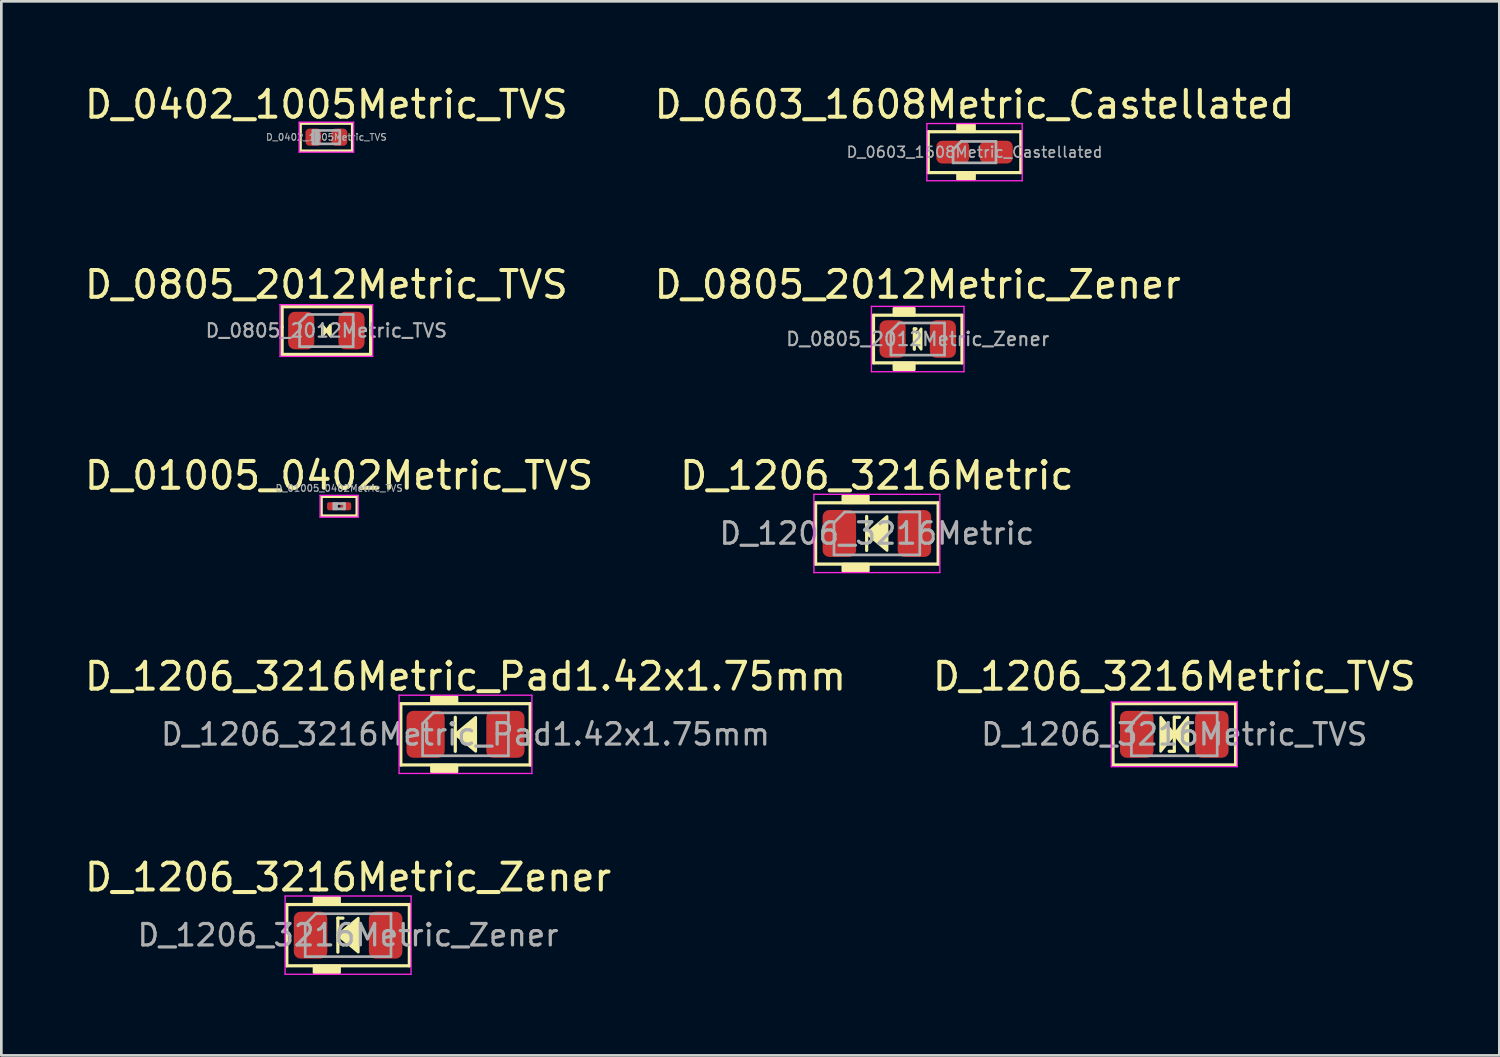
<source format=kicad_pcb>
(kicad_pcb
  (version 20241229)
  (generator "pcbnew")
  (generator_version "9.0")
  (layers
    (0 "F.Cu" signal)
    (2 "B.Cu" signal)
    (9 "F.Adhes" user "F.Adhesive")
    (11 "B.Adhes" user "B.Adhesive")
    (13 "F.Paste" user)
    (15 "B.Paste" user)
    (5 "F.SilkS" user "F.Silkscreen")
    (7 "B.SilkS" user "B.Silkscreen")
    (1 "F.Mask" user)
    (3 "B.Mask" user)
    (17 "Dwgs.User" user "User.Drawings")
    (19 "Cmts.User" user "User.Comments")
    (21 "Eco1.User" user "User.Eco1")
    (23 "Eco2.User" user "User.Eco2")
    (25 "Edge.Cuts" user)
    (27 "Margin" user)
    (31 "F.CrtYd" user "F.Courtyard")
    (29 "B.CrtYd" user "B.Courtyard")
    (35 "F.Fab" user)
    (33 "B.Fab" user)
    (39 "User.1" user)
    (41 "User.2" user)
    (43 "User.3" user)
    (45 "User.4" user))
  (footprint "D_0805_2012Metric_TVS"
    (layer "F.Cu")
    (at 9.125 9.281)
    (property "Reference" "D_0805_2012Metric_TVS" (at 0 -1.714 0) (layer "F.SilkS") (effects (font (size 1 1) (thickness 0.15))))
    (attr smd)
    (fp_line (start -1.651 -0.889) (end 1.651 -0.889) (stroke (width 0.12) (type solid)) (layer "F.SilkS"))
    (fp_line (start -1.651 -0.127) (end -1.651 -0.889) (stroke (width 0.12) (type solid)) (layer "F.SilkS"))
    (fp_line (start -1.651 0.889) (end -1.651 -0.127) (stroke (width 0.12) (type solid)) (layer "F.SilkS"))
    (fp_line (start 1.651 -0.889) (end 1.651 0.889) (stroke (width 0.12) (type solid)) (layer "F.SilkS"))
    (fp_line (start 1.651 0.889) (end -1.651 0.889) (stroke (width 0.12) (type solid)) (layer "F.SilkS"))
    (fp_poly (pts (xy 0 0) (xy -0.152 0.203) (xy -0.152 -0.203)) (stroke (width 0.1) (type solid)) (fill yes) (layer "F.SilkS"))
    (fp_poly (pts (xy 0 0) (xy 0.152 -0.203) (xy 0.152 0.203)) (stroke (width 0.1) (type solid)) (fill yes) (layer "F.SilkS"))
    (fp_line (start -1.727 -0.965) (end 1.727 -0.965) (stroke (width 0.05) (type solid)) (layer "F.CrtYd"))
    (fp_line (start -1.727 0.965) (end -1.727 -0.965) (stroke (width 0.05) (type solid)) (layer "F.CrtYd"))
    (fp_line (start 1.727 -0.965) (end 1.727 0.965) (stroke (width 0.05) (type solid)) (layer "F.CrtYd"))
    (fp_line (start 1.727 0.965) (end -1.727 0.965) (stroke (width 0.05) (type solid)) (layer "F.CrtYd"))
    (fp_line (start -1 -0.3) (end -1 0.6) (stroke (width 0.1) (type solid)) (layer "F.Fab"))
    (fp_line (start -1 0.6) (end 1 0.6) (stroke (width 0.1) (type solid)) (layer "F.Fab"))
    (fp_line (start -0.7 -0.6) (end -1 -0.3) (stroke (width 0.1) (type solid)) (layer "F.Fab"))
    (fp_line (start 1 -0.6) (end -0.7 -0.6) (stroke (width 0.1) (type solid)) (layer "F.Fab"))
    (fp_line (start 1 0.6) (end 1 -0.6) (stroke (width 0.1) (type solid)) (layer "F.Fab"))
    (fp_text user "${REFERENCE}" (at 0 0 0) (layer "F.Fab") (effects (font (size 0.5 0.5) (thickness 0.08))))
    (pad "1" smd roundrect (at -0.938 0) (size 0.975 1.4) (layers "F.Cu" "F.Mask" "F.Paste") (roundrect_rratio 0.25))
    (pad "2" smd roundrect (at 0.938 0) (size 0.975 1.4) (layers "F.Cu" "F.Mask" "F.Paste") (roundrect_rratio 0.25)))
  (footprint "D_0402_1005Metric_TVS"
    (layer "F.Cu")
    (at 9.125 2.067)
    (property "Reference" "D_0402_1005Metric_TVS" (at 0 -1.219 0) (layer "F.SilkS") (effects (font (size 1 1) (thickness 0.15))))
    (attr smd)
    (fp_line (start -0.965 -0.508) (end -0.965 0.508) (stroke (width 0.1) (type solid)) (layer "F.SilkS"))
    (fp_line (start -0.965 0.508) (end 0.965 0.508) (stroke (width 0.1) (type solid)) (layer "F.SilkS"))
    (fp_line (start 0.965 -0.508) (end -0.965 -0.508) (stroke (width 0.1) (type solid)) (layer "F.SilkS"))
    (fp_line (start 0.965 0.508) (end 0.965 -0.508) (stroke (width 0.1) (type solid)) (layer "F.SilkS"))
    (fp_line (start -1.016 -0.559) (end 1.016 -0.559) (stroke (width 0.05) (type solid)) (layer "F.CrtYd"))
    (fp_line (start -1.016 0.559) (end -1.016 -0.559) (stroke (width 0.05) (type solid)) (layer "F.CrtYd"))
    (fp_line (start 1.016 -0.559) (end 1.016 0.559) (stroke (width 0.05) (type solid)) (layer "F.CrtYd"))
    (fp_line (start 1.016 0.559) (end -1.016 0.559) (stroke (width 0.05) (type solid)) (layer "F.CrtYd"))
    (fp_line (start -0.5 -0.25) (end 0.5 -0.25) (stroke (width 0.1) (type solid)) (layer "F.Fab"))
    (fp_line (start -0.5 0.25) (end -0.5 -0.25) (stroke (width 0.1) (type solid)) (layer "F.Fab"))
    (fp_line (start -0.4 0.25) (end -0.4 -0.25) (stroke (width 0.1) (type solid)) (layer "F.Fab"))
    (fp_line (start -0.3 0.25) (end -0.3 -0.25) (stroke (width 0.1) (type solid)) (layer "F.Fab"))
    (fp_line (start 0.5 -0.25) (end 0.5 0.25) (stroke (width 0.1) (type solid)) (layer "F.Fab"))
    (fp_line (start 0.5 0.25) (end -0.5 0.25) (stroke (width 0.1) (type solid)) (layer "F.Fab"))
    (fp_text user "${REFERENCE}" (at 0 0 0) (layer "F.Fab") (effects (font (size 0.25 0.25) (thickness 0.04))))
    (pad "1" smd roundrect (at -0.485 0) (size 0.59 0.64) (layers "F.Cu" "F.Mask" "F.Paste") (roundrect_rratio 0.25))
    (pad "2" smd roundrect (at 0.485 0) (size 0.59 0.64) (layers "F.Cu" "F.Mask" "F.Paste") (roundrect_rratio 0.25)))
  (footprint "D_01005_0402Metric_TVS"
    (layer "F.Cu")
    (at 9.601 15.834)
    (property "Reference" "D_01005_0402Metric_TVS" (at 0 -1.143 0) (layer "F.SilkS") (effects (font (size 1 1) (thickness 0.15))))
    (attr smd)
    (fp_line (start -0.66 -0.356) (end 0.66 -0.356) (stroke (width 0.1) (type solid)) (layer "F.SilkS"))
    (fp_line (start -0.66 0.356) (end -0.66 -0.356) (stroke (width 0.1) (type solid)) (layer "F.SilkS"))
    (fp_line (start 0.66 -0.356) (end 0.66 0.356) (stroke (width 0.1) (type solid)) (layer "F.SilkS"))
    (fp_line (start 0.66 0.356) (end -0.66 0.356) (stroke (width 0.1) (type solid)) (layer "F.SilkS"))
    (fp_line (start -0.711 -0.406) (end 0.711 -0.406) (stroke (width 0.05) (type solid)) (layer "F.CrtYd"))
    (fp_line (start -0.711 0.406) (end -0.711 -0.406) (stroke (width 0.05) (type solid)) (layer "F.CrtYd"))
    (fp_line (start 0.711 -0.406) (end 0.711 0.406) (stroke (width 0.05) (type solid)) (layer "F.CrtYd"))
    (fp_line (start 0.711 0.406) (end -0.711 0.406) (stroke (width 0.05) (type solid)) (layer "F.CrtYd"))
    (fp_line (start -0.2 -0.1) (end 0.2 -0.1) (stroke (width 0.1) (type solid)) (layer "F.Fab"))
    (fp_line (start -0.2 0.1) (end -0.2 -0.1) (stroke (width 0.1) (type solid)) (layer "F.Fab"))
    (fp_line (start -0.1 0.1) (end -0.1 -0.1) (stroke (width 0.1) (type solid)) (layer "F.Fab"))
    (fp_line (start 0.2 -0.1) (end 0.2 0.1) (stroke (width 0.1) (type solid)) (layer "F.Fab"))
    (fp_line (start 0.2 0.1) (end -0.2 0.1) (stroke (width 0.1) (type solid)) (layer "F.Fab"))
    (fp_text user "${REFERENCE}" (at 0 -0.671 0) (layer "F.Fab") (effects (font (size 0.25 0.25) (thickness 0.04))))
    (pad "" smd roundrect (at -0.275 0) (size 0.27 0.27) (layers "F.Paste") (roundrect_rratio 0.25))
    (pad "" smd roundrect (at 0.275 0) (size 0.27 0.27) (layers "F.Paste") (roundrect_rratio 0.25))
    (pad "1" smd roundrect (at -0.25 0) (size 0.4 0.3) (layers "F.Cu" "F.Mask") (roundrect_rratio 0.25))
    (pad "2" smd roundrect (at 0.25 0) (size 0.4 0.3) (layers "F.Cu" "F.Mask") (roundrect_rratio 0.25)))
  (footprint "D_0805_2012Metric_Zener"
    (layer "F.Cu")
    (at 31.185 9.598)
    (property "Reference" "D_0805_2012Metric_Zener" (at 0 -2.032 0) (layer "F.SilkS") (effects (font (size 1 1) (thickness 0.15))))
    (attr smd)
    (fp_line (start -1.651 -0.889) (end 1.651 -0.889) (stroke (width 0.12) (type solid)) (layer "F.SilkS"))
    (fp_line (start -1.651 -0.127) (end -1.651 -0.889) (stroke (width 0.12) (type solid)) (layer "F.SilkS"))
    (fp_line (start -1.651 0.889) (end -1.651 -0.127) (stroke (width 0.12) (type solid)) (layer "F.SilkS"))
    (fp_line (start -0.127 -0.381) (end -0.127 0.381) (stroke (width 0.12) (type solid)) (layer "F.SilkS"))
    (fp_line (start -0.127 -0.381) (end -0.064 -0.381) (stroke (width 0.12) (type solid)) (layer "F.SilkS"))
    (fp_line (start 1.651 -0.889) (end 1.651 0.889) (stroke (width 0.12) (type solid)) (layer "F.SilkS"))
    (fp_line (start 1.651 0.889) (end -1.651 0.889) (stroke (width 0.12) (type solid)) (layer "F.SilkS"))
    (fp_poly (pts (xy 0.127 0.381) (xy -0.127 0) (xy 0.127 -0.381)) (stroke (width 0.1) (type solid)) (fill yes) (layer "F.SilkS"))
    (fp_poly (pts (xy -0.127 -0.889) (xy -0.889 -0.889) (xy -0.889 -1.143) (xy -0.127 -1.143)) (stroke (width 0.1) (type solid)) (fill yes) (layer "F.SilkS"))
    (fp_poly (pts (xy -0.127 1.143) (xy -0.889 1.143) (xy -0.889 0.889) (xy -0.127 0.889)) (stroke (width 0.1) (type solid)) (fill yes) (layer "F.SilkS"))
    (fp_line (start -1.727 -1.219) (end 1.727 -1.219) (stroke (width 0.05) (type solid)) (layer "F.CrtYd"))
    (fp_line (start -1.727 1.219) (end -1.727 -1.219) (stroke (width 0.05) (type solid)) (layer "F.CrtYd"))
    (fp_line (start 1.727 -1.219) (end 1.727 1.219) (stroke (width 0.05) (type solid)) (layer "F.CrtYd"))
    (fp_line (start 1.727 1.219) (end -1.727 1.219) (stroke (width 0.05) (type solid)) (layer "F.CrtYd"))
    (fp_line (start -1 -0.3) (end -1 0.6) (stroke (width 0.1) (type solid)) (layer "F.Fab"))
    (fp_line (start -1 0.6) (end 1 0.6) (stroke (width 0.1) (type solid)) (layer "F.Fab"))
    (fp_line (start -0.7 -0.6) (end -1 -0.3) (stroke (width 0.1) (type solid)) (layer "F.Fab"))
    (fp_line (start 1 -0.6) (end -0.7 -0.6) (stroke (width 0.1) (type solid)) (layer "F.Fab"))
    (fp_line (start 1 0.6) (end 1 -0.6) (stroke (width 0.1) (type solid)) (layer "F.Fab"))
    (fp_text user "${REFERENCE}" (at 0 0 0) (layer "F.Fab") (effects (font (size 0.5 0.5) (thickness 0.08))))
    (pad "1" smd roundrect (at -0.938 0) (size 0.975 1.4) (layers "F.Cu" "F.Mask" "F.Paste") (roundrect_rratio 0.25))
    (pad "2" smd roundrect (at 0.938 0) (size 0.975 1.4) (layers "F.Cu" "F.Mask" "F.Paste") (roundrect_rratio 0.25)))
  (footprint "D_1206_3216Metric_Pad1.42x1.75mm"
    (layer "F.Cu")
    (at 14.315 24.343)
    (property "Reference" "D_1206_3216Metric_Pad1.42x1.75mm" (at 0 -2.159 0) (layer "F.SilkS") (effects (font (size 1 1) (thickness 0.15))))
    (attr smd)
    (fp_line (start -2.413 -1.143) (end -2.413 1.143) (stroke (width 0.12) (type solid)) (layer "F.SilkS"))
    (fp_line (start -2.413 1.143) (end 2.413 1.143) (stroke (width 0.12) (type solid)) (layer "F.SilkS"))
    (fp_line (start -0.381 -0.635) (end -0.381 0.635) (stroke (width 0.12) (type solid)) (layer "F.SilkS"))
    (fp_line (start 2.413 -1.143) (end -2.413 -1.143) (stroke (width 0.12) (type solid)) (layer "F.SilkS"))
    (fp_line (start 2.413 1.143) (end 2.413 -1.143) (stroke (width 0.12) (type solid)) (layer "F.SilkS"))
    (fp_poly (pts (xy 0.381 0.635) (xy -0.381 0) (xy 0.381 -0.635)) (stroke (width 0.1) (type solid)) (fill yes) (layer "F.SilkS"))
    (fp_poly (pts (xy -0.318 -1.143) (xy -1.27 -1.143) (xy -1.27 -1.397) (xy -0.318 -1.397)) (stroke (width 0.1) (type solid)) (fill yes) (layer "F.SilkS"))
    (fp_poly (pts (xy -0.318 1.397) (xy -1.27 1.397) (xy -1.27 1.143) (xy -0.318 1.143)) (stroke (width 0.1) (type solid)) (fill yes) (layer "F.SilkS"))
    (fp_line (start -2.477 -1.46) (end 2.477 -1.46) (stroke (width 0.05) (type solid)) (layer "F.CrtYd"))
    (fp_line (start -2.477 1.46) (end -2.477 -1.46) (stroke (width 0.05) (type solid)) (layer "F.CrtYd"))
    (fp_line (start 2.477 -1.46) (end 2.477 1.46) (stroke (width 0.05) (type solid)) (layer "F.CrtYd"))
    (fp_line (start 2.477 1.46) (end -2.477 1.46) (stroke (width 0.05) (type solid)) (layer "F.CrtYd"))
    (fp_line (start -1.6 -0.4) (end -1.6 0.8) (stroke (width 0.1) (type solid)) (layer "F.Fab"))
    (fp_line (start -1.6 0.8) (end 1.6 0.8) (stroke (width 0.1) (type solid)) (layer "F.Fab"))
    (fp_line (start -1.2 -0.8) (end -1.6 -0.4) (stroke (width 0.1) (type solid)) (layer "F.Fab"))
    (fp_line (start 1.6 -0.8) (end -1.2 -0.8) (stroke (width 0.1) (type solid)) (layer "F.Fab"))
    (fp_line (start 1.6 0.8) (end 1.6 -0.8) (stroke (width 0.1) (type solid)) (layer "F.Fab"))
    (fp_text user "${REFERENCE}" (at 0 0 0) (layer "F.Fab") (effects (font (size 0.8 0.8) (thickness 0.12))))
    (pad "1" smd roundrect (at -1.488 0) (size 1.425 1.75) (layers "F.Cu" "F.Mask" "F.Paste") (roundrect_rratio 0.175))
    (pad "2" smd roundrect (at 1.488 0) (size 1.425 1.75) (layers "F.Cu" "F.Mask" "F.Paste") (roundrect_rratio 0.175)))
  (footprint "D_0603_1608Metric_Castellated"
    (layer "F.Cu")
    (at 33.304 2.626)
    (property "Reference" "D_0603_1608Metric_Castellated" (at 0 -1.778 0) (layer "F.SilkS") (effects (font (size 1 1) (thickness 0.15))))
    (attr smd)
    (fp_line (start -1.727 -0.762) (end -1.727 0.762) (stroke (width 0.12) (type solid)) (layer "F.SilkS"))
    (fp_line (start -1.727 0.762) (end 1.727 0.762) (stroke (width 0.12) (type solid)) (layer "F.SilkS"))
    (fp_line (start 1.727 -0.762) (end -1.727 -0.762) (stroke (width 0.12) (type solid)) (layer "F.SilkS"))
    (fp_line (start 1.727 0.762) (end 1.727 -0.762) (stroke (width 0.12) (type solid)) (layer "F.SilkS"))
    (fp_poly (pts (xy 0 -0.762) (xy -0.635 -0.762) (xy -0.635 -1.016) (xy 0 -1.016)) (stroke (width 0.1) (type solid)) (fill yes) (layer "F.SilkS"))
    (fp_poly (pts (xy 0 1.016) (xy -0.635 1.016) (xy -0.635 0.762) (xy 0 0.762)) (stroke (width 0.1) (type solid)) (fill yes) (layer "F.SilkS"))
    (fp_line (start -1.778 -1.067) (end 1.778 -1.067) (stroke (width 0.05) (type solid)) (layer "F.CrtYd"))
    (fp_line (start -1.778 1.067) (end -1.778 -1.067) (stroke (width 0.05) (type solid)) (layer "F.CrtYd"))
    (fp_line (start 1.778 -1.067) (end 1.778 1.067) (stroke (width 0.05) (type solid)) (layer "F.CrtYd"))
    (fp_line (start 1.778 1.067) (end -1.778 1.067) (stroke (width 0.05) (type solid)) (layer "F.CrtYd"))
    (fp_line (start -0.8 -0.1) (end -0.8 0.4) (stroke (width 0.1) (type solid)) (layer "F.Fab"))
    (fp_line (start -0.8 0.4) (end 0.8 0.4) (stroke (width 0.1) (type solid)) (layer "F.Fab"))
    (fp_line (start -0.5 -0.4) (end -0.8 -0.1) (stroke (width 0.1) (type solid)) (layer "F.Fab"))
    (fp_line (start 0.8 -0.4) (end -0.5 -0.4) (stroke (width 0.1) (type solid)) (layer "F.Fab"))
    (fp_line (start 0.8 0.4) (end 0.8 -0.4) (stroke (width 0.1) (type solid)) (layer "F.Fab"))
    (fp_text user "${REFERENCE}" (at 0 0 0) (layer "F.Fab") (effects (font (size 0.4 0.4) (thickness 0.06))))
    (pad "1" smd roundrect (at -0.812 0) (size 1.225 0.85) (layers "F.Cu" "F.Mask" "F.Paste") (roundrect_rratio 0.25))
    (pad "2" smd roundrect (at 0.812 0) (size 1.225 0.85) (layers "F.Cu" "F.Mask" "F.Paste") (roundrect_rratio 0.25)))
  (footprint "D_1206_3216Metric"
    (layer "F.Cu")
    (at 29.661 16.85)
    (property "Reference" "D_1206_3216Metric" (at 0 -2.159 0) (layer "F.SilkS") (effects (font (size 1 1) (thickness 0.15))))
    (attr smd)
    (fp_line (start -2.286 -1.143) (end -2.286 1.143) (stroke (width 0.12) (type solid)) (layer "F.SilkS"))
    (fp_line (start -2.286 1.143) (end 2.286 1.143) (stroke (width 0.12) (type solid)) (layer "F.SilkS"))
    (fp_line (start -0.381 -0.635) (end -0.381 0.635) (stroke (width 0.12) (type solid)) (layer "F.SilkS"))
    (fp_line (start 2.286 -1.143) (end -2.286 -1.143) (stroke (width 0.12) (type solid)) (layer "F.SilkS"))
    (fp_line (start 2.286 1.143) (end 2.286 -1.143) (stroke (width 0.12) (type solid)) (layer "F.SilkS"))
    (fp_poly (pts (xy 0.381 0.635) (xy -0.381 0) (xy 0.381 -0.635)) (stroke (width 0.1) (type solid)) (fill yes) (layer "F.SilkS"))
    (fp_poly (pts (xy -0.318 -1.143) (xy -1.27 -1.143) (xy -1.27 -1.397) (xy -0.318 -1.397)) (stroke (width 0.1) (type solid)) (fill yes) (layer "F.SilkS"))
    (fp_poly (pts (xy -0.318 1.397) (xy -1.27 1.397) (xy -1.27 1.143) (xy -0.318 1.143)) (stroke (width 0.1) (type solid)) (fill yes) (layer "F.SilkS"))
    (fp_line (start -2.349 -1.46) (end 2.349 -1.46) (stroke (width 0.05) (type solid)) (layer "F.CrtYd"))
    (fp_line (start -2.349 1.46) (end -2.349 -1.46) (stroke (width 0.05) (type solid)) (layer "F.CrtYd"))
    (fp_line (start 2.349 -1.46) (end 2.349 1.46) (stroke (width 0.05) (type solid)) (layer "F.CrtYd"))
    (fp_line (start 2.349 1.46) (end -2.349 1.46) (stroke (width 0.05) (type solid)) (layer "F.CrtYd"))
    (fp_line (start -1.6 -0.4) (end -1.6 0.8) (stroke (width 0.1) (type solid)) (layer "F.Fab"))
    (fp_line (start -1.6 0.8) (end 1.6 0.8) (stroke (width 0.1) (type solid)) (layer "F.Fab"))
    (fp_line (start -1.2 -0.8) (end -1.6 -0.4) (stroke (width 0.1) (type solid)) (layer "F.Fab"))
    (fp_line (start 1.6 -0.8) (end -1.2 -0.8) (stroke (width 0.1) (type solid)) (layer "F.Fab"))
    (fp_line (start 1.6 0.8) (end 1.6 -0.8) (stroke (width 0.1) (type solid)) (layer "F.Fab"))
    (fp_text user "${REFERENCE}" (at 0 0 0) (layer "F.Fab") (effects (font (size 0.8 0.8) (thickness 0.12))))
    (pad "1" smd roundrect (at -1.4 0) (size 1.25 1.75) (layers "F.Cu" "F.Mask" "F.Paste") (roundrect_rratio 0.2))
    (pad "2" smd roundrect (at 1.4 0) (size 1.25 1.75) (layers "F.Cu" "F.Mask" "F.Paste") (roundrect_rratio 0.2)))
  (footprint "D_1206_3216Metric_TVS"
    (layer "F.Cu")
    (at 40.756 24.343)
    (property "Reference" "D_1206_3216Metric_TVS" (at 0 -2.159 0) (layer "F.SilkS") (effects (font (size 1 1) (thickness 0.15))))
    (attr smd)
    (fp_line (start -2.286 -1.143) (end -2.286 1.143) (stroke (width 0.12) (type solid)) (layer "F.SilkS"))
    (fp_line (start -2.286 1.143) (end 2.286 1.143) (stroke (width 0.12) (type solid)) (layer "F.SilkS"))
    (fp_line (start -0.191 0.635) (end 0 0.635) (stroke (width 0.12) (type solid)) (layer "F.SilkS"))
    (fp_line (start 0 -0.635) (end 0 0.635) (stroke (width 0.12) (type solid)) (layer "F.SilkS"))
    (fp_line (start 0 -0.635) (end 0.191 -0.635) (stroke (width 0.12) (type solid)) (layer "F.SilkS"))
    (fp_line (start 2.286 -1.143) (end -2.286 -1.143) (stroke (width 0.12) (type solid)) (layer "F.SilkS"))
    (fp_line (start 2.286 1.143) (end 2.286 -1.143) (stroke (width 0.12) (type solid)) (layer "F.SilkS"))
    (fp_poly (pts (xy 0 0) (xy -0.508 0.635) (xy -0.508 -0.635)) (stroke (width 0.1) (type solid)) (fill yes) (layer "F.SilkS"))
    (fp_poly (pts (xy 0 0) (xy 0.508 -0.635) (xy 0.508 0.635)) (stroke (width 0.1) (type solid)) (fill yes) (layer "F.SilkS"))
    (fp_line (start -2.349 -1.206) (end 2.349 -1.206) (stroke (width 0.05) (type solid)) (layer "F.CrtYd"))
    (fp_line (start -2.349 1.206) (end -2.349 -1.206) (stroke (width 0.05) (type solid)) (layer "F.CrtYd"))
    (fp_line (start 2.349 -1.206) (end 2.349 1.206) (stroke (width 0.05) (type solid)) (layer "F.CrtYd"))
    (fp_line (start 2.349 1.206) (end -2.349 1.206) (stroke (width 0.05) (type solid)) (layer "F.CrtYd"))
    (fp_line (start -1.6 -0.4) (end -1.6 0.8) (stroke (width 0.1) (type solid)) (layer "F.Fab"))
    (fp_line (start -1.6 0.8) (end 1.6 0.8) (stroke (width 0.1) (type solid)) (layer "F.Fab"))
    (fp_line (start -1.2 -0.8) (end -1.6 -0.4) (stroke (width 0.1) (type solid)) (layer "F.Fab"))
    (fp_line (start 1.6 -0.8) (end -1.2 -0.8) (stroke (width 0.1) (type solid)) (layer "F.Fab"))
    (fp_line (start 1.6 0.8) (end 1.6 -0.8) (stroke (width 0.1) (type solid)) (layer "F.Fab"))
    (fp_text user "${REFERENCE}" (at 0 0 0) (layer "F.Fab") (effects (font (size 0.8 0.8) (thickness 0.12))))
    (pad "1" smd roundrect (at -1.4 0) (size 1.25 1.75) (layers "F.Cu" "F.Mask" "F.Paste") (roundrect_rratio 0.2))
    (pad "2" smd roundrect (at 1.4 0) (size 1.25 1.75) (layers "F.Cu" "F.Mask" "F.Paste") (roundrect_rratio 0.2)))
  (footprint "D_1206_3216Metric_Zener"
    (layer "F.Cu")
    (at 9.935 31.835)
    (property "Reference" "D_1206_3216Metric_Zener" (at 0 -2.159 0) (layer "F.SilkS") (effects (font (size 1 1) (thickness 0.15))))
    (attr smd)
    (fp_line (start -2.286 -1.143) (end -2.286 1.143) (stroke (width 0.12) (type solid)) (layer "F.SilkS"))
    (fp_line (start -2.286 1.143) (end 2.286 1.143) (stroke (width 0.12) (type solid)) (layer "F.SilkS"))
    (fp_line (start -0.381 -0.635) (end -0.381 0.635) (stroke (width 0.12) (type solid)) (layer "F.SilkS"))
    (fp_line (start -0.381 -0.635) (end -0.191 -0.635) (stroke (width 0.12) (type solid)) (layer "F.SilkS"))
    (fp_line (start 2.286 -1.143) (end -2.286 -1.143) (stroke (width 0.12) (type solid)) (layer "F.SilkS"))
    (fp_line (start 2.286 1.143) (end 2.286 -1.143) (stroke (width 0.12) (type solid)) (layer "F.SilkS"))
    (fp_poly (pts (xy 0.381 0.635) (xy -0.381 0) (xy 0.381 -0.635)) (stroke (width 0.1) (type solid)) (fill yes) (layer "F.SilkS"))
    (fp_poly (pts (xy -0.318 -1.143) (xy -1.27 -1.143) (xy -1.27 -1.397) (xy -0.318 -1.397)) (stroke (width 0.1) (type solid)) (fill yes) (layer "F.SilkS"))
    (fp_poly (pts (xy -0.318 1.397) (xy -1.27 1.397) (xy -1.27 1.143) (xy -0.318 1.143)) (stroke (width 0.1) (type solid)) (fill yes) (layer "F.SilkS"))
    (fp_line (start -2.349 -1.46) (end 2.349 -1.46) (stroke (width 0.05) (type solid)) (layer "F.CrtYd"))
    (fp_line (start -2.349 1.46) (end -2.349 -1.46) (stroke (width 0.05) (type solid)) (layer "F.CrtYd"))
    (fp_line (start 2.349 -1.46) (end 2.349 1.46) (stroke (width 0.05) (type solid)) (layer "F.CrtYd"))
    (fp_line (start 2.349 1.46) (end -2.349 1.46) (stroke (width 0.05) (type solid)) (layer "F.CrtYd"))
    (fp_line (start -1.6 -0.4) (end -1.6 0.8) (stroke (width 0.1) (type solid)) (layer "F.Fab"))
    (fp_line (start -1.6 0.8) (end 1.6 0.8) (stroke (width 0.1) (type solid)) (layer "F.Fab"))
    (fp_line (start -1.2 -0.8) (end -1.6 -0.4) (stroke (width 0.1) (type solid)) (layer "F.Fab"))
    (fp_line (start 1.6 -0.8) (end -1.2 -0.8) (stroke (width 0.1) (type solid)) (layer "F.Fab"))
    (fp_line (start 1.6 0.8) (end 1.6 -0.8) (stroke (width 0.1) (type solid)) (layer "F.Fab"))
    (fp_text user "${REFERENCE}" (at 0 0 0) (layer "F.Fab") (effects (font (size 0.8 0.8) (thickness 0.12))))
    (pad "1" smd roundrect (at -1.4 0) (size 1.25 1.75) (layers "F.Cu" "F.Mask" "F.Paste") (roundrect_rratio 0.2))
    (pad "2" smd roundrect (at 1.4 0) (size 1.25 1.75) (layers "F.Cu" "F.Mask" "F.Paste") (roundrect_rratio 0.2)))
  (gr_rect
    (start -3 -3)
    (end 52.881 36.321)
    (stroke (width 0.1) (type default))
    (fill no)
    (layer "Edge.Cuts")))
</source>
